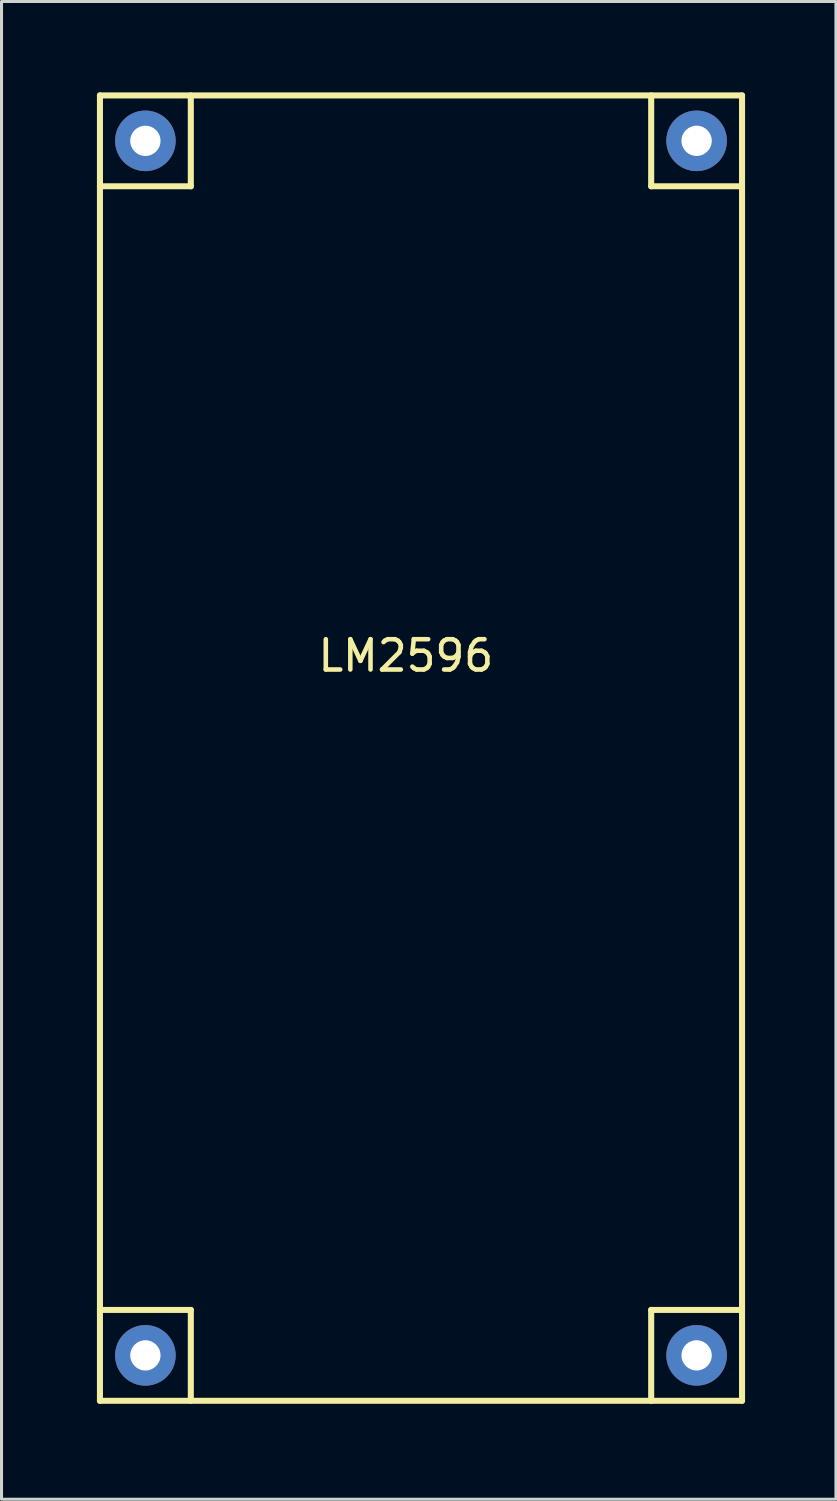
<source format=kicad_pcb>
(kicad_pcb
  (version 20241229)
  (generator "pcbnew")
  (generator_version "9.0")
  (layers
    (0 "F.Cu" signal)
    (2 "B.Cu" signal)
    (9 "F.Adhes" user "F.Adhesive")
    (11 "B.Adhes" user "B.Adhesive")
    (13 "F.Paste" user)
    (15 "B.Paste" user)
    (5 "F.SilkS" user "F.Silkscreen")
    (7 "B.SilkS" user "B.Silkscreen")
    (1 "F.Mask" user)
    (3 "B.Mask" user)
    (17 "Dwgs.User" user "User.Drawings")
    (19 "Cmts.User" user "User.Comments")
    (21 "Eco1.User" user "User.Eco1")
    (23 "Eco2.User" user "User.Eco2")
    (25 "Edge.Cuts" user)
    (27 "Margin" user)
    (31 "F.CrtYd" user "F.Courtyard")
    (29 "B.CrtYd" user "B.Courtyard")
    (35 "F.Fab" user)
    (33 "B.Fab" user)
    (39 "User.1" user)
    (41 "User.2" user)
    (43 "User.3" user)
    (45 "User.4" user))
  (footprint "LM2596"
    (layer "F.Cu")
    (at 0.25 43.2)
    (property "Reference" "LM2596" (at 10.1 -24.6 0) (layer "F.SilkS") (effects (font (size 1 1) (thickness 0.15))))
    (attr through_hole)
    (fp_line (start 0 -43.1) (end 0 0) (stroke (width 0.2) (type solid)) (layer "F.SilkS"))
    (fp_line (start 0 -3) (end 3 -3) (stroke (width 0.2) (type solid)) (layer "F.SilkS"))
    (fp_line (start 0 0) (end 21.2 0) (stroke (width 0.2) (type solid)) (layer "F.SilkS"))
    (fp_line (start 3 -43.1) (end 3 -40.1) (stroke (width 0.2) (type solid)) (layer "F.SilkS"))
    (fp_line (start 3 -40.1) (end 0 -40.1) (stroke (width 0.2) (type solid)) (layer "F.SilkS"))
    (fp_line (start 3 -3) (end 3 0) (stroke (width 0.2) (type solid)) (layer "F.SilkS"))
    (fp_line (start 18.2 -40.1) (end 18.2 -43.1) (stroke (width 0.2) (type solid)) (layer "F.SilkS"))
    (fp_line (start 18.2 -3) (end 21.2 -3) (stroke (width 0.2) (type solid)) (layer "F.SilkS"))
    (fp_line (start 18.2 0) (end 18.2 -3) (stroke (width 0.2) (type solid)) (layer "F.SilkS"))
    (fp_line (start 21.2 -43.1) (end 0 -43.1) (stroke (width 0.2) (type solid)) (layer "F.SilkS"))
    (fp_line (start 21.2 -40.1) (end 18.2 -40.1) (stroke (width 0.2) (type solid)) (layer "F.SilkS"))
    (fp_line (start 21.2 0) (end 21.2 -43.1) (stroke (width 0.2) (type solid)) (layer "F.SilkS"))
    (pad "1" thru_hole circle (at 1.5 -41.6 270) (size 2 2) (drill 1) (layers "*.Cu" "*.Mask"))
    (pad "2" thru_hole circle (at 1.5 -1.5) (size 2 2) (drill 1) (layers "*.Cu" "*.Mask"))
    (pad "3" thru_hole circle (at 19.7 -1.5 90) (size 2 2) (drill 1) (layers "*.Cu" "*.Mask"))
    (pad "4" thru_hole circle (at 19.7 -41.6 180) (size 2 2) (drill 1) (layers "*.Cu" "*.Mask")))
  (gr_rect
    (start -3 -3)
    (end 24.55 46.45)
    (stroke (width 0.1) (type default))
    (fill no)
    (layer "Edge.Cuts")))
</source>
